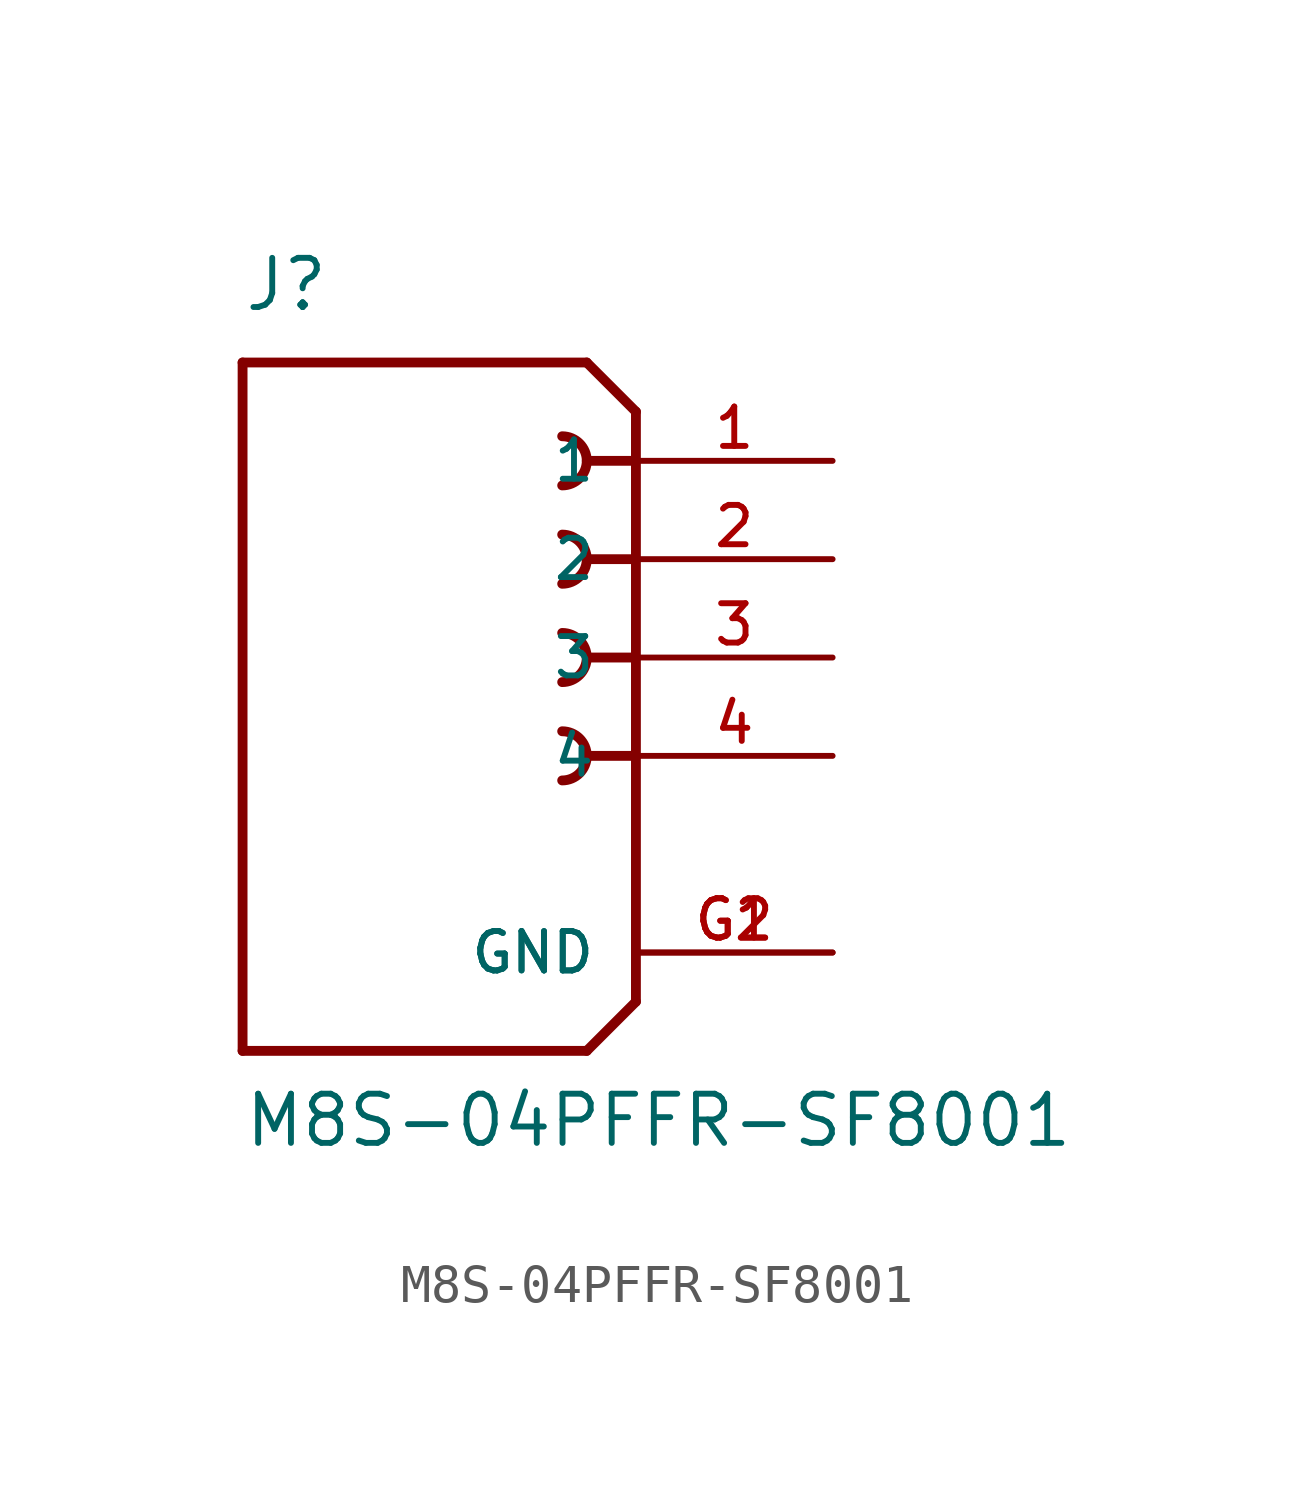
<source format=kicad_sym>
(kicad_symbol_lib
  (version 20211014)
  (generator kicad_symbol_editor)
  (symbol "M8S-04PFFR-SF8001"
    (pin_names
      (offset 1.016))
    (property "Reference" "J"
      (at -5.08 8.89 0)
      (effects (font (size 1.27 1.27)) (justify bottom left)))
    (property "Value" "M8S-04PFFR-SF8001"
      (at -5.08 -12.7 0)
      (effects (font (size 1.27 1.27)) (justify bottom left)))
    (symbol "M8S-04PFFR-SF8001_0_0"
      (polyline (pts (xy 5.08 6.35) (xy 3.81 7.62)) (stroke (width 0.254)))
      (polyline (pts (xy 5.08 6.35) (xy 5.08 5.08)) (stroke (width 0.254)))
      (polyline (pts (xy 5.08 5.08) (xy 5.08 -8.89)) (stroke (width 0.254)))
      (polyline (pts (xy 5.08 -8.89) (xy 3.81 -10.16)) (stroke (width 0.254)))
      (polyline (pts (xy 3.81 -10.16) (xy -5.08 -10.16)) (stroke (width 0.254)))
      (polyline (pts (xy -5.08 -10.16) (xy -5.08 7.62)) (stroke (width 0.254)))
      (polyline (pts (xy -5.08 7.62) (xy 3.81 7.62)) (stroke (width 0.254)))
      (polyline (pts (xy 5.08 5.08) (xy 3.81 5.08)) (stroke (width 0.254)))
      (arc (start 3.175 4.445) (mid 3.81 5.08) (end 3.175 5.715) (stroke (width 0.254) (type default) (color 0 0 0 0)) (fill (type none)))
      (polyline (pts (xy 5.08 2.54) (xy 3.81 2.54)) (stroke (width 0.254)))
      (arc (start 3.175 1.905) (mid 3.81 2.54) (end 3.175 3.175) (stroke (width 0.254) (type default) (color 0 0 0 0)) (fill (type none)))
      (polyline (pts (xy 5.08 0.0) (xy 3.81 0.0)) (stroke (width 0.254)))
      (arc (start 3.175 -0.635) (mid 3.81 0.0) (end 3.175 0.635) (stroke (width 0.254) (type default) (color 0 0 0 0)) (fill (type none)))
      (polyline (pts (xy 5.08 -2.54) (xy 3.81 -2.54)) (stroke (width 0.254)))
      (arc (start 3.175 -3.175) (mid 3.81 -2.54) (end 3.175 -1.905) (stroke (width 0.254) (type default) (color 0 0 0 0)) (fill (type none)))
      (pin passive line (at 10.16 5.08 180.0) (length 5.08) (name "1" (effects (font (size 1.016 1.016)))) (number "1" (effects (font (size 1.016 1.016)))))
      (pin passive line (at 10.16 2.54 180.0) (length 5.08) (name "2" (effects (font (size 1.016 1.016)))) (number "2" (effects (font (size 1.016 1.016)))))
      (pin passive line (at 10.16 0.0 180.0) (length 5.08) (name "3" (effects (font (size 1.016 1.016)))) (number "3" (effects (font (size 1.016 1.016)))))
      (pin passive line (at 10.16 -2.54 180.0) (length 5.08) (name "4" (effects (font (size 1.016 1.016)))) (number "4" (effects (font (size 1.016 1.016)))))
      (pin power_in line (at 10.16 -7.62 180.0) (length 5.08) (name "GND" (effects (font (size 1.016 1.016)))) (number "G1" (effects (font (size 1.016 1.016)))))
      (pin power_in line (at 10.16 -7.62 180.0) (length 5.08) (name "GND" (effects (font (size 1.016 1.016)))) (number "G2" (effects (font (size 1.016 1.016))))))))
</source>
